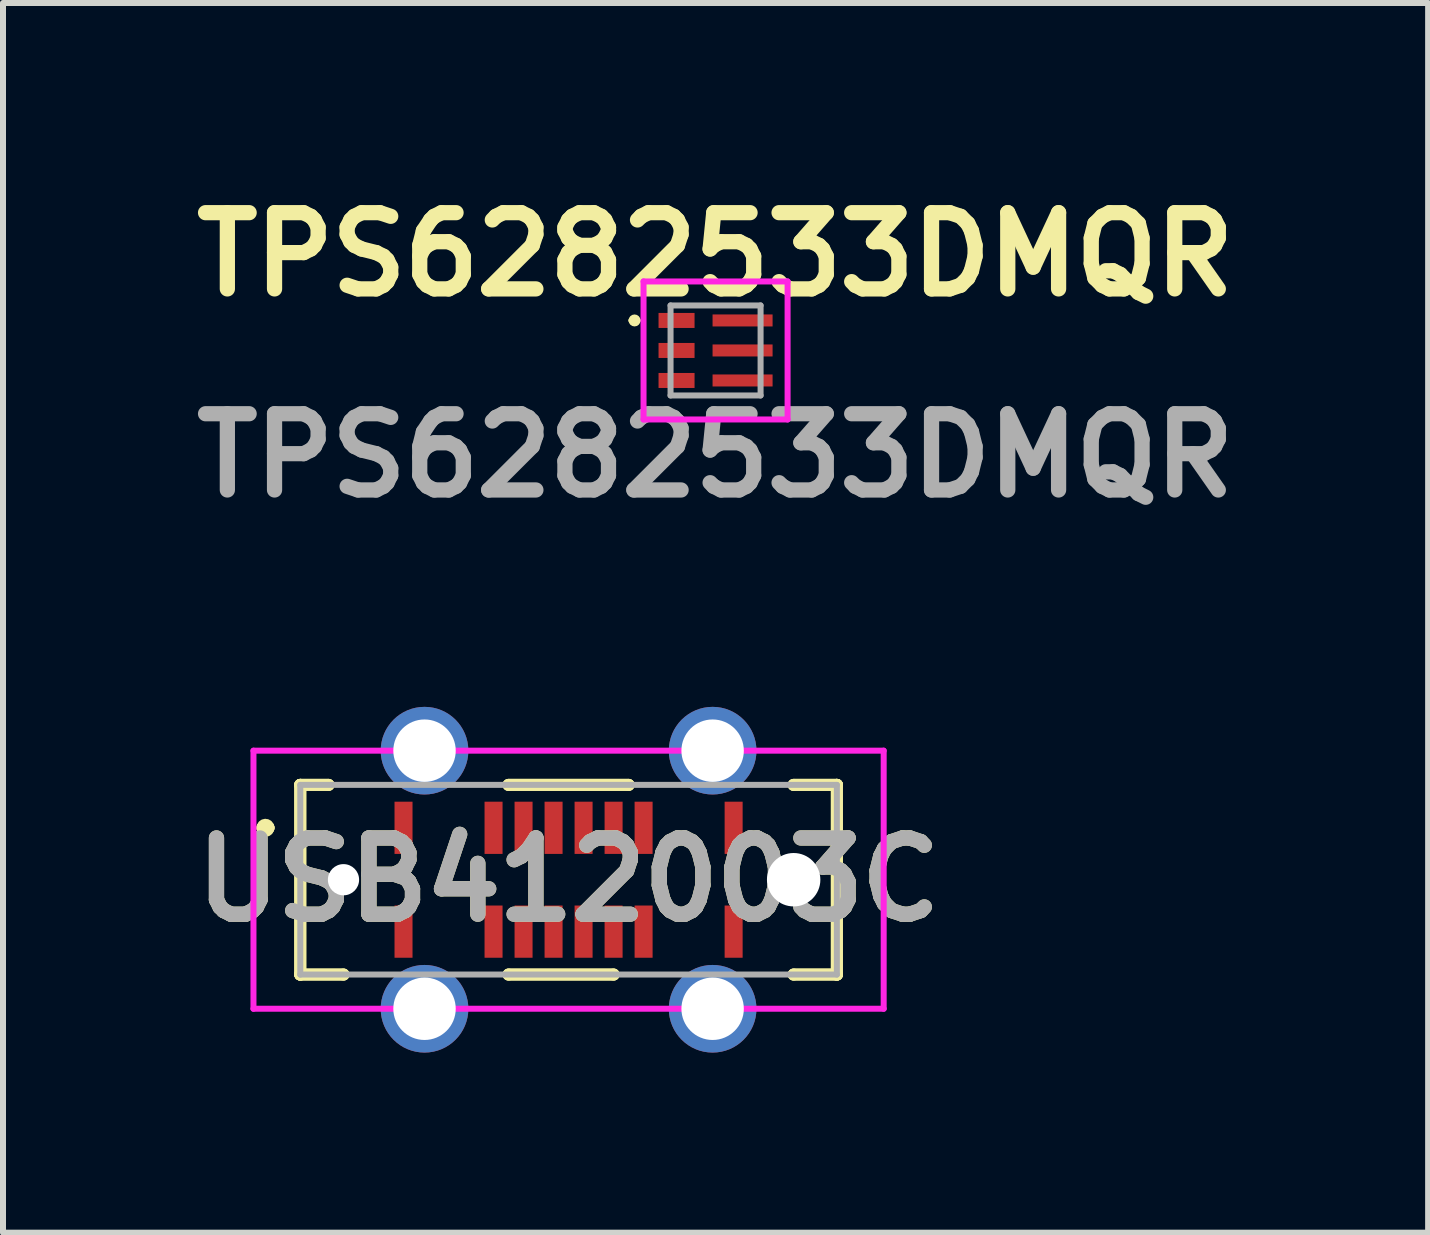
<source format=kicad_pcb>
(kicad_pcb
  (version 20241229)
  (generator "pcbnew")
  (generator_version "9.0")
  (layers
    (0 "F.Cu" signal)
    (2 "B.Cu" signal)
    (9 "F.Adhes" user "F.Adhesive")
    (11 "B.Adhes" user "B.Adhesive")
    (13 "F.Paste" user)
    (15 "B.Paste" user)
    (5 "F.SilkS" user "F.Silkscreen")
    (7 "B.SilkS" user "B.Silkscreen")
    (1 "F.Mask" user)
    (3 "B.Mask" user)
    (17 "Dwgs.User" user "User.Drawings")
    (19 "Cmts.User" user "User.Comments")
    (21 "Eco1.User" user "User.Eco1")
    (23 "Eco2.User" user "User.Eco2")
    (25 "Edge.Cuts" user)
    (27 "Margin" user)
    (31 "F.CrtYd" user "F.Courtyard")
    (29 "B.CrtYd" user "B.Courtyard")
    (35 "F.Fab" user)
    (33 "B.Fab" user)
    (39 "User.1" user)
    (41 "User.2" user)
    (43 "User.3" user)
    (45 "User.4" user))
  (footprint "USB412003C"
    (layer "F.Cu")
    (at 6.423 11.607)
    (property "Reference" "USB412003C" (at 0 0 0) (layer "F.SilkS") (effects (font (size 1.27 1.27) (thickness 0.254))))
    (attr through_hole)
    (fp_line (start -5.1 -0.865) (end -5.1 -0.865) (stroke (width 0.2) (type solid)) (layer "F.SilkS"))
    (fp_line (start -5.1 -0.865) (end -5 -0.865) (stroke (width 0.2) (type solid)) (layer "F.SilkS"))
    (fp_line (start -5 -0.865) (end -5 -0.865) (stroke (width 0.2) (type solid)) (layer "F.SilkS"))
    (fp_line (start -4.47 -1.58) (end -4.47 -1.58) (stroke (width 0.2) (type solid)) (layer "F.SilkS"))
    (fp_line (start -4.47 -1.58) (end -4.47 -1.58) (stroke (width 0.2) (type solid)) (layer "F.SilkS"))
    (fp_line (start -4.47 -1.58) (end -4.47 1.58) (stroke (width 0.2) (type solid)) (layer "F.SilkS"))
    (fp_line (start -4.47 -1.58) (end -4 -1.58) (stroke (width 0.2) (type solid)) (layer "F.SilkS"))
    (fp_line (start -4.47 1.58) (end -4.47 -1.58) (stroke (width 0.2) (type solid)) (layer "F.SilkS"))
    (fp_line (start -4.47 1.58) (end -4.47 1.58) (stroke (width 0.2) (type solid)) (layer "F.SilkS"))
    (fp_line (start -4.47 1.58) (end -4.47 1.58) (stroke (width 0.2) (type solid)) (layer "F.SilkS"))
    (fp_line (start -4.47 1.58) (end -3.75 1.58) (stroke (width 0.2) (type solid)) (layer "F.SilkS"))
    (fp_line (start -4 -1.58) (end -4.47 -1.58) (stroke (width 0.2) (type solid)) (layer "F.SilkS"))
    (fp_line (start -4 -1.58) (end -4 -1.58) (stroke (width 0.2) (type solid)) (layer "F.SilkS"))
    (fp_line (start -3.75 1.58) (end -4.47 1.58) (stroke (width 0.2) (type solid)) (layer "F.SilkS"))
    (fp_line (start -3.75 1.58) (end -3.75 1.58) (stroke (width 0.2) (type solid)) (layer "F.SilkS"))
    (fp_line (start -1 -1.58) (end -1 -1.58) (stroke (width 0.2) (type solid)) (layer "F.SilkS"))
    (fp_line (start -1 -1.58) (end 1 -1.58) (stroke (width 0.2) (type solid)) (layer "F.SilkS"))
    (fp_line (start -1 1.58) (end -1 1.58) (stroke (width 0.2) (type solid)) (layer "F.SilkS"))
    (fp_line (start -1 1.58) (end 0.75 1.58) (stroke (width 0.2) (type solid)) (layer "F.SilkS"))
    (fp_line (start 0.75 1.58) (end -1 1.58) (stroke (width 0.2) (type solid)) (layer "F.SilkS"))
    (fp_line (start 0.75 1.58) (end 0.75 1.58) (stroke (width 0.2) (type solid)) (layer "F.SilkS"))
    (fp_line (start 1 -1.58) (end -1 -1.58) (stroke (width 0.2) (type solid)) (layer "F.SilkS"))
    (fp_line (start 1 -1.58) (end 1 -1.58) (stroke (width 0.2) (type solid)) (layer "F.SilkS"))
    (fp_line (start 3.75 -1.58) (end 3.75 -1.58) (stroke (width 0.2) (type solid)) (layer "F.SilkS"))
    (fp_line (start 3.75 -1.58) (end 4.47 -1.58) (stroke (width 0.2) (type solid)) (layer "F.SilkS"))
    (fp_line (start 3.75 1.58) (end 3.75 1.58) (stroke (width 0.2) (type solid)) (layer "F.SilkS"))
    (fp_line (start 3.75 1.58) (end 4.47 1.58) (stroke (width 0.2) (type solid)) (layer "F.SilkS"))
    (fp_line (start 4.47 -1.58) (end 3.75 -1.58) (stroke (width 0.2) (type solid)) (layer "F.SilkS"))
    (fp_line (start 4.47 -1.58) (end 4.47 -1.58) (stroke (width 0.2) (type solid)) (layer "F.SilkS"))
    (fp_line (start 4.47 -1.58) (end 4.47 -1.58) (stroke (width 0.2) (type solid)) (layer "F.SilkS"))
    (fp_line (start 4.47 -1.58) (end 4.47 1.58) (stroke (width 0.2) (type solid)) (layer "F.SilkS"))
    (fp_line (start 4.47 1.58) (end 3.75 1.58) (stroke (width 0.2) (type solid)) (layer "F.SilkS"))
    (fp_line (start 4.47 1.58) (end 4.47 -1.58) (stroke (width 0.2) (type solid)) (layer "F.SilkS"))
    (fp_line (start 4.47 1.58) (end 4.47 1.58) (stroke (width 0.2) (type solid)) (layer "F.SilkS"))
    (fp_line (start 4.47 1.58) (end 4.47 1.58) (stroke (width 0.2) (type solid)) (layer "F.SilkS"))
    (fp_arc (start -5.1 -0.865) (mid -5.05 -0.915) (end -5 -0.865) (stroke (width 0.2) (type solid)) (layer "F.SilkS"))
    (fp_arc (start -5 -0.865) (mid -5.05 -0.815) (end -5.1 -0.865) (stroke (width 0.2) (type solid)) (layer "F.SilkS"))
    (fp_line (start -5.25 -2.15) (end 5.25 -2.15) (stroke (width 0.1) (type solid)) (layer "F.CrtYd"))
    (fp_line (start -5.25 2.15) (end -5.25 -2.15) (stroke (width 0.1) (type solid)) (layer "F.CrtYd"))
    (fp_line (start 5.25 -2.15) (end 5.25 2.15) (stroke (width 0.1) (type solid)) (layer "F.CrtYd"))
    (fp_line (start 5.25 2.15) (end -5.25 2.15) (stroke (width 0.1) (type solid)) (layer "F.CrtYd"))
    (fp_line (start -4.47 -1.58) (end -4.47 1.58) (stroke (width 0.1) (type solid)) (layer "F.Fab"))
    (fp_line (start -4.47 1.58) (end 4.47 1.58) (stroke (width 0.1) (type solid)) (layer "F.Fab"))
    (fp_line (start 4.47 -1.58) (end -4.47 -1.58) (stroke (width 0.1) (type solid)) (layer "F.Fab"))
    (fp_line (start 4.47 1.58) (end 4.47 -1.58) (stroke (width 0.1) (type solid)) (layer "F.Fab"))
    (fp_text user "${REFERENCE}" (at 0 0 0) (layer "F.Fab") (effects (font (size 1.27 1.27) (thickness 0.254))))
    (pad "" np_thru_hole circle (at -3.75 0) (size 0.52 0.52) (drill 0.52) (layers "*.Cu" "*.Mask"))
    (pad "" np_thru_hole circle (at 3.75 0) (size 0.89 0.89) (drill 0.89) (layers "*.Cu" "*.Mask"))
    (pad "A1" smd rect (at -2.75 -0.865) (size 0.3 0.87) (layers "F.Cu" "F.Mask" "F.Paste"))
    (pad "A4" smd rect (at -1.25 -0.865) (size 0.3 0.87) (layers "F.Cu" "F.Mask" "F.Paste"))
    (pad "A5" smd rect (at -0.75 -0.865) (size 0.3 0.87) (layers "F.Cu" "F.Mask" "F.Paste"))
    (pad "A6" smd rect (at -0.25 -0.865) (size 0.3 0.87) (layers "F.Cu" "F.Mask" "F.Paste"))
    (pad "A7" smd rect (at 0.25 -0.865) (size 0.3 0.87) (layers "F.Cu" "F.Mask" "F.Paste"))
    (pad "A8" smd rect (at 0.75 -0.865) (size 0.3 0.87) (layers "F.Cu" "F.Mask" "F.Paste"))
    (pad "A9" smd rect (at 1.25 -0.865) (size 0.3 0.87) (layers "F.Cu" "F.Mask" "F.Paste"))
    (pad "A12" smd rect (at 2.75 -0.865) (size 0.3 0.87) (layers "F.Cu" "F.Mask" "F.Paste"))
    (pad "B1" smd rect (at 2.75 0.865) (size 0.3 0.87) (layers "F.Cu" "F.Mask" "F.Paste"))
    (pad "B4" smd rect (at 1.25 0.865) (size 0.3 0.87) (layers "F.Cu" "F.Mask" "F.Paste"))
    (pad "B5" smd rect (at 0.75 0.865) (size 0.3 0.87) (layers "F.Cu" "F.Mask" "F.Paste"))
    (pad "B6" smd rect (at 0.25 0.865) (size 0.3 0.87) (layers "F.Cu" "F.Mask" "F.Paste"))
    (pad "B7" smd rect (at -0.25 0.865) (size 0.3 0.87) (layers "F.Cu" "F.Mask" "F.Paste"))
    (pad "B8" smd rect (at -0.75 0.865) (size 0.3 0.87) (layers "F.Cu" "F.Mask" "F.Paste"))
    (pad "B9" smd rect (at -1.25 0.865) (size 0.3 0.87) (layers "F.Cu" "F.Mask" "F.Paste"))
    (pad "B12" smd rect (at -2.75 0.865) (size 0.3 0.87) (layers "F.Cu" "F.Mask" "F.Paste"))
    (pad "MH1" thru_hole circle (at -2.4 -2.15) (size 1.46 1.46) (drill 1.04) (layers "*.Cu" "*.Mask"))
    (pad "MH2" thru_hole circle (at 2.4 -2.15) (size 1.46 1.46) (drill 1.04) (layers "*.Cu" "*.Mask"))
    (pad "MH3" thru_hole circle (at 2.4 2.15) (size 1.46 1.46) (drill 1.04) (layers "*.Cu" "*.Mask"))
    (pad "MH4" thru_hole circle (at -2.4 2.15) (size 1.46 1.46) (drill 1.04) (layers "*.Cu" "*.Mask")))
  (footprint "TPS6282533DMQR"
    (layer "F.Cu")
    (at 8.872 2.789)
    (property "Reference" "TPS6282533DMQR" (at 0 -1.6 0) (layer "F.SilkS") (effects (font (size 1.27 1.27) (thickness 0.254))))
    (attr smd)
    (fp_line (start -1.4 -0.5) (end -1.4 -0.5) (stroke (width 0.1) (type solid)) (layer "F.SilkS"))
    (fp_line (start -1.3 -0.5) (end -1.3 -0.5) (stroke (width 0.1) (type solid)) (layer "F.SilkS"))
    (fp_arc (start -1.4 -0.5) (mid -1.35 -0.55) (end -1.3 -0.5) (stroke (width 0.1) (type solid)) (layer "F.SilkS"))
    (fp_arc (start -1.3 -0.5) (mid -1.35 -0.45) (end -1.4 -0.5) (stroke (width 0.1) (type solid)) (layer "F.SilkS"))
    (fp_line (start -1.2 -1.15) (end 1.2 -1.15) (stroke (width 0.1) (type solid)) (layer "F.CrtYd"))
    (fp_line (start -1.2 1.15) (end -1.2 -1.15) (stroke (width 0.1) (type solid)) (layer "F.CrtYd"))
    (fp_line (start 1.2 -1.15) (end 1.2 1.15) (stroke (width 0.1) (type solid)) (layer "F.CrtYd"))
    (fp_line (start 1.2 1.15) (end -1.2 1.15) (stroke (width 0.1) (type solid)) (layer "F.CrtYd"))
    (fp_line (start -0.75 -0.75) (end 0.75 -0.75) (stroke (width 0.1) (type solid)) (layer "F.Fab"))
    (fp_line (start -0.75 0.75) (end -0.75 -0.75) (stroke (width 0.1) (type solid)) (layer "F.Fab"))
    (fp_line (start 0.75 -0.75) (end 0.75 0.75) (stroke (width 0.1) (type solid)) (layer "F.Fab"))
    (fp_line (start 0.75 0.75) (end -0.75 0.75) (stroke (width 0.1) (type solid)) (layer "F.Fab"))
    (fp_text user "${REFERENCE}" (at 0 1.75 0) (layer "F.Fab") (effects (font (size 1.27 1.27) (thickness 0.254))))
    (pad "1" smd rect (at -0.65 -0.5 90) (size 0.25 0.6) (layers "F.Cu" "F.Mask" "F.Paste"))
    (pad "2" smd rect (at -0.65 0 90) (size 0.25 0.6) (layers "F.Cu" "F.Mask" "F.Paste"))
    (pad "3" smd rect (at -0.65 0.5 90) (size 0.25 0.6) (layers "F.Cu" "F.Mask" "F.Paste"))
    (pad "4" smd rect (at 0.45 0.5 90) (size 0.2 1) (layers "F.Cu" "F.Mask" "F.Paste"))
    (pad "5" smd rect (at 0.45 0 90) (size 0.2 1) (layers "F.Cu" "F.Mask" "F.Paste"))
    (pad "6" smd rect (at 0.45 -0.5 90) (size 0.2 1) (layers "F.Cu" "F.Mask" "F.Paste")))
  (gr_rect
    (start -3 -3)
    (end 20.744 17.487)
    (stroke (width 0.1) (type default))
    (fill no)
    (layer "Edge.Cuts")))
</source>
